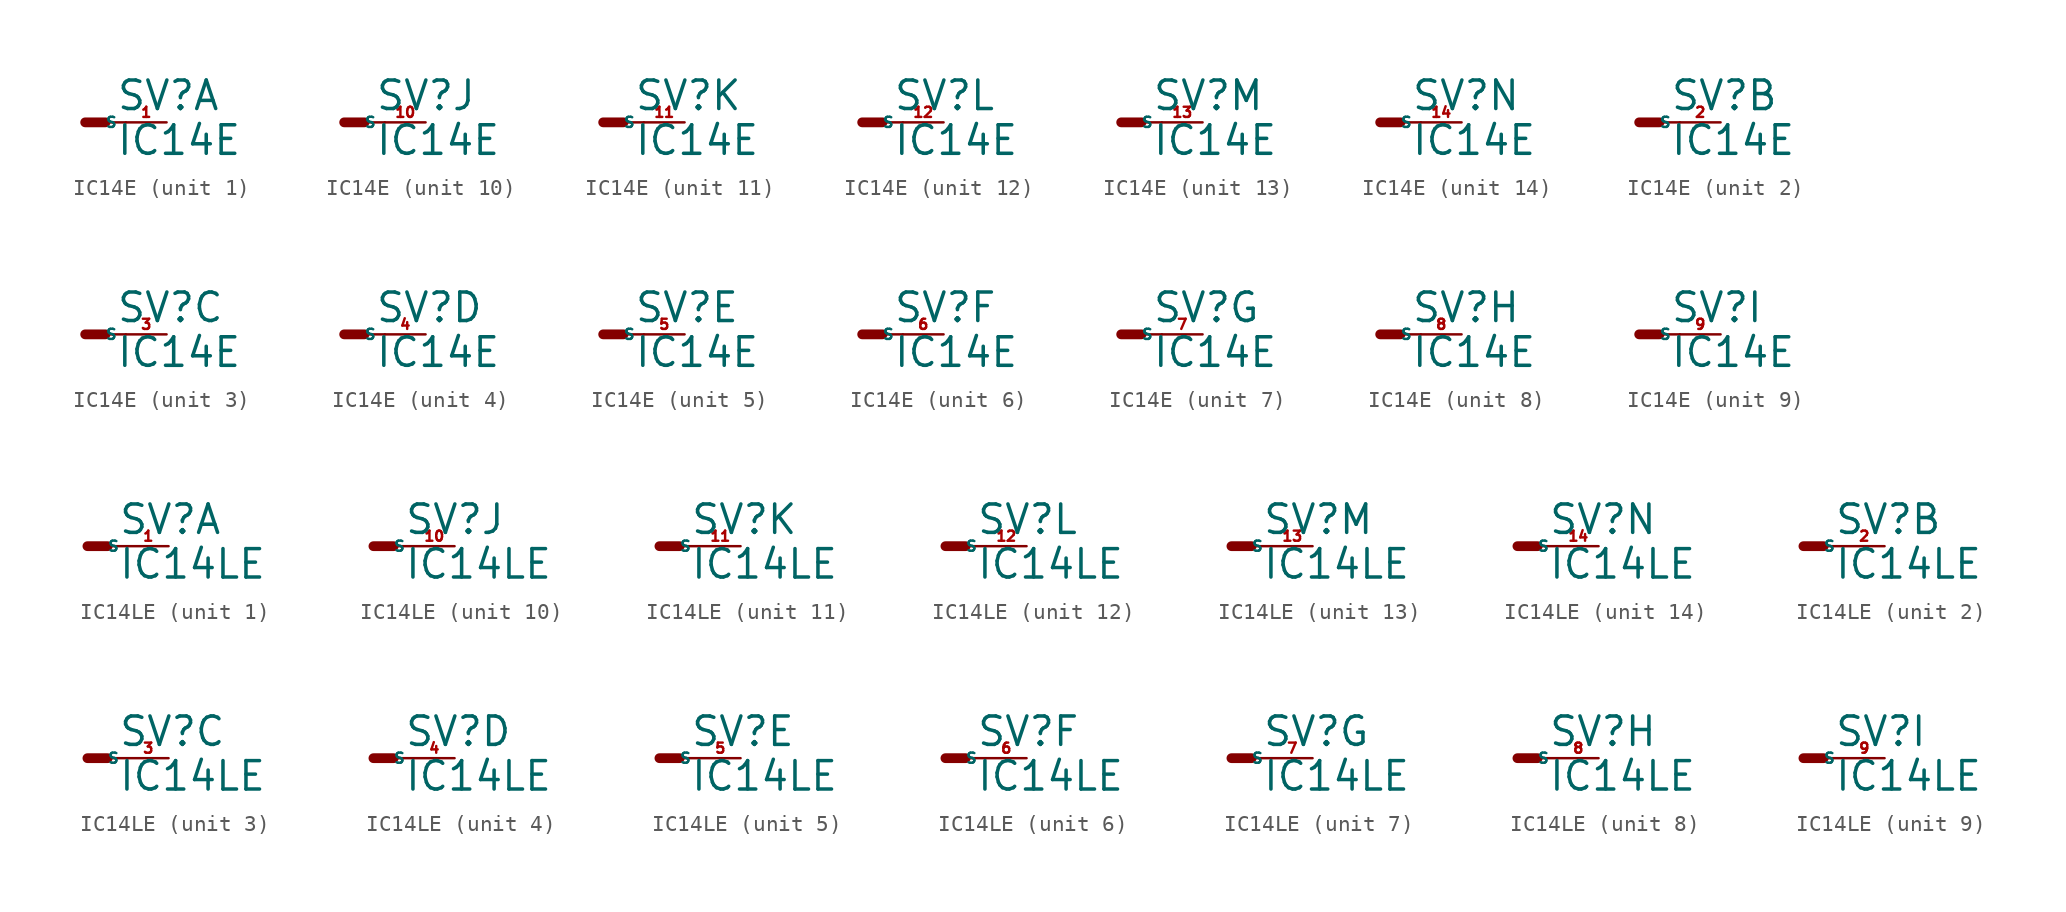
<source format=kicad_sym>
(kicad_symbol_lib
  (version 20220914)
  (generator Eagle2Kicad)
  (symbol "IC14E"
    (property "Reference" "SV"
      (at 1.905 0.635 0)
      (effects (font (size 1.778 1.778) (thickness 0.22)) (justify left bottom)))
    (property "Value" "IC14E"
      (at 1.905 -2.159 0)
      (effects (font (size 1.778 1.778) (thickness 0.22)) (justify left bottom)))
    (symbol "IC14E_1_0"
      (polyline (pts (xy 0 0) (xy 1.27 0)) (stroke (width 0.61) (type default)) (fill (type none)))
      (polyline (pts (xy 2.54 0) (xy 1.27 0)) (stroke (width 0.152) (type default)) (fill (type none)))
      (pin passive line (at 5.08 0 180) (length 2.54) (name "S" (effects (font (size 0.635 0.635) (thickness 0.08)) (justify left bottom))) (number "1" (effects (font (size 0.635 0.635) (thickness 0.08)) (justify left bottom)))))
    (symbol "IC14E_2_0"
      (polyline (pts (xy 0 0) (xy 1.27 0)) (stroke (width 0.61) (type default)) (fill (type none)))
      (polyline (pts (xy 2.54 0) (xy 1.27 0)) (stroke (width 0.152) (type default)) (fill (type none)))
      (pin passive line (at 5.08 0 180) (length 2.54) (name "S" (effects (font (size 0.635 0.635) (thickness 0.08)) (justify left bottom))) (number "2" (effects (font (size 0.635 0.635) (thickness 0.08)) (justify left bottom)))))
    (symbol "IC14E_3_0"
      (polyline (pts (xy 0 0) (xy 1.27 0)) (stroke (width 0.61) (type default)) (fill (type none)))
      (polyline (pts (xy 2.54 0) (xy 1.27 0)) (stroke (width 0.152) (type default)) (fill (type none)))
      (pin passive line (at 5.08 0 180) (length 2.54) (name "S" (effects (font (size 0.635 0.635) (thickness 0.08)) (justify left bottom))) (number "3" (effects (font (size 0.635 0.635) (thickness 0.08)) (justify left bottom)))))
    (symbol "IC14E_4_0"
      (polyline (pts (xy 0 0) (xy 1.27 0)) (stroke (width 0.61) (type default)) (fill (type none)))
      (polyline (pts (xy 2.54 0) (xy 1.27 0)) (stroke (width 0.152) (type default)) (fill (type none)))
      (pin passive line (at 5.08 0 180) (length 2.54) (name "S" (effects (font (size 0.635 0.635) (thickness 0.08)) (justify left bottom))) (number "4" (effects (font (size 0.635 0.635) (thickness 0.08)) (justify left bottom)))))
    (symbol "IC14E_5_0"
      (polyline (pts (xy 0 0) (xy 1.27 0)) (stroke (width 0.61) (type default)) (fill (type none)))
      (polyline (pts (xy 2.54 0) (xy 1.27 0)) (stroke (width 0.152) (type default)) (fill (type none)))
      (pin passive line (at 5.08 0 180) (length 2.54) (name "S" (effects (font (size 0.635 0.635) (thickness 0.08)) (justify left bottom))) (number "5" (effects (font (size 0.635 0.635) (thickness 0.08)) (justify left bottom)))))
    (symbol "IC14E_6_0"
      (polyline (pts (xy 0 0) (xy 1.27 0)) (stroke (width 0.61) (type default)) (fill (type none)))
      (polyline (pts (xy 2.54 0) (xy 1.27 0)) (stroke (width 0.152) (type default)) (fill (type none)))
      (pin passive line (at 5.08 0 180) (length 2.54) (name "S" (effects (font (size 0.635 0.635) (thickness 0.08)) (justify left bottom))) (number "6" (effects (font (size 0.635 0.635) (thickness 0.08)) (justify left bottom)))))
    (symbol "IC14E_7_0"
      (polyline (pts (xy 0 0) (xy 1.27 0)) (stroke (width 0.61) (type default)) (fill (type none)))
      (polyline (pts (xy 2.54 0) (xy 1.27 0)) (stroke (width 0.152) (type default)) (fill (type none)))
      (pin passive line (at 5.08 0 180) (length 2.54) (name "S" (effects (font (size 0.635 0.635) (thickness 0.08)) (justify left bottom))) (number "7" (effects (font (size 0.635 0.635) (thickness 0.08)) (justify left bottom)))))
    (symbol "IC14E_8_0"
      (polyline (pts (xy 0 0) (xy 1.27 0)) (stroke (width 0.61) (type default)) (fill (type none)))
      (polyline (pts (xy 2.54 0) (xy 1.27 0)) (stroke (width 0.152) (type default)) (fill (type none)))
      (pin passive line (at 5.08 0 180) (length 2.54) (name "S" (effects (font (size 0.635 0.635) (thickness 0.08)) (justify left bottom))) (number "8" (effects (font (size 0.635 0.635) (thickness 0.08)) (justify left bottom)))))
    (symbol "IC14E_9_0"
      (polyline (pts (xy 0 0) (xy 1.27 0)) (stroke (width 0.61) (type default)) (fill (type none)))
      (polyline (pts (xy 2.54 0) (xy 1.27 0)) (stroke (width 0.152) (type default)) (fill (type none)))
      (pin passive line (at 5.08 0 180) (length 2.54) (name "S" (effects (font (size 0.635 0.635) (thickness 0.08)) (justify left bottom))) (number "9" (effects (font (size 0.635 0.635) (thickness 0.08)) (justify left bottom)))))
    (symbol "IC14E_10_0"
      (polyline (pts (xy 0 0) (xy 1.27 0)) (stroke (width 0.61) (type default)) (fill (type none)))
      (polyline (pts (xy 2.54 0) (xy 1.27 0)) (stroke (width 0.152) (type default)) (fill (type none)))
      (pin passive line (at 5.08 0 180) (length 2.54) (name "S" (effects (font (size 0.635 0.635) (thickness 0.08)) (justify left bottom))) (number "10" (effects (font (size 0.635 0.635) (thickness 0.08)) (justify left bottom)))))
    (symbol "IC14E_11_0"
      (polyline (pts (xy 0 0) (xy 1.27 0)) (stroke (width 0.61) (type default)) (fill (type none)))
      (polyline (pts (xy 2.54 0) (xy 1.27 0)) (stroke (width 0.152) (type default)) (fill (type none)))
      (pin passive line (at 5.08 0 180) (length 2.54) (name "S" (effects (font (size 0.635 0.635) (thickness 0.08)) (justify left bottom))) (number "11" (effects (font (size 0.635 0.635) (thickness 0.08)) (justify left bottom)))))
    (symbol "IC14E_12_0"
      (polyline (pts (xy 0 0) (xy 1.27 0)) (stroke (width 0.61) (type default)) (fill (type none)))
      (polyline (pts (xy 2.54 0) (xy 1.27 0)) (stroke (width 0.152) (type default)) (fill (type none)))
      (pin passive line (at 5.08 0 180) (length 2.54) (name "S" (effects (font (size 0.635 0.635) (thickness 0.08)) (justify left bottom))) (number "12" (effects (font (size 0.635 0.635) (thickness 0.08)) (justify left bottom)))))
    (symbol "IC14E_13_0"
      (polyline (pts (xy 0 0) (xy 1.27 0)) (stroke (width 0.61) (type default)) (fill (type none)))
      (polyline (pts (xy 2.54 0) (xy 1.27 0)) (stroke (width 0.152) (type default)) (fill (type none)))
      (pin passive line (at 5.08 0 180) (length 2.54) (name "S" (effects (font (size 0.635 0.635) (thickness 0.08)) (justify left bottom))) (number "13" (effects (font (size 0.635 0.635) (thickness 0.08)) (justify left bottom)))))
    (symbol "IC14E_14_0"
      (polyline (pts (xy 0 0) (xy 1.27 0)) (stroke (width 0.61) (type default)) (fill (type none)))
      (polyline (pts (xy 2.54 0) (xy 1.27 0)) (stroke (width 0.152) (type default)) (fill (type none)))
      (pin passive line (at 5.08 0 180) (length 2.54) (name "S" (effects (font (size 0.635 0.635) (thickness 0.08)) (justify left bottom))) (number "14" (effects (font (size 0.635 0.635) (thickness 0.08)) (justify left bottom))))))
  (symbol "IC14LE"
    (property "Reference" "SV"
      (at 1.905 0.635 0)
      (effects (font (size 1.778 1.778) (thickness 0.22)) (justify left bottom)))
    (property "Value" "IC14LE"
      (at 1.905 -2.159 0)
      (effects (font (size 1.778 1.778) (thickness 0.22)) (justify left bottom)))
    (symbol "IC14LE_1_0"
      (polyline (pts (xy 0 0) (xy 1.27 0)) (stroke (width 0.61) (type default)) (fill (type none)))
      (polyline (pts (xy 2.54 0) (xy 1.27 0)) (stroke (width 0.152) (type default)) (fill (type none)))
      (pin passive line (at 5.08 0 180) (length 2.54) (name "S" (effects (font (size 0.635 0.635) (thickness 0.08)) (justify left bottom))) (number "1" (effects (font (size 0.635 0.635) (thickness 0.08)) (justify left bottom)))))
    (symbol "IC14LE_2_0"
      (polyline (pts (xy 0 0) (xy 1.27 0)) (stroke (width 0.61) (type default)) (fill (type none)))
      (polyline (pts (xy 2.54 0) (xy 1.27 0)) (stroke (width 0.152) (type default)) (fill (type none)))
      (pin passive line (at 5.08 0 180) (length 2.54) (name "S" (effects (font (size 0.635 0.635) (thickness 0.08)) (justify left bottom))) (number "2" (effects (font (size 0.635 0.635) (thickness 0.08)) (justify left bottom)))))
    (symbol "IC14LE_3_0"
      (polyline (pts (xy 0 0) (xy 1.27 0)) (stroke (width 0.61) (type default)) (fill (type none)))
      (polyline (pts (xy 2.54 0) (xy 1.27 0)) (stroke (width 0.152) (type default)) (fill (type none)))
      (pin passive line (at 5.08 0 180) (length 2.54) (name "S" (effects (font (size 0.635 0.635) (thickness 0.08)) (justify left bottom))) (number "3" (effects (font (size 0.635 0.635) (thickness 0.08)) (justify left bottom)))))
    (symbol "IC14LE_4_0"
      (polyline (pts (xy 0 0) (xy 1.27 0)) (stroke (width 0.61) (type default)) (fill (type none)))
      (polyline (pts (xy 2.54 0) (xy 1.27 0)) (stroke (width 0.152) (type default)) (fill (type none)))
      (pin passive line (at 5.08 0 180) (length 2.54) (name "S" (effects (font (size 0.635 0.635) (thickness 0.08)) (justify left bottom))) (number "4" (effects (font (size 0.635 0.635) (thickness 0.08)) (justify left bottom)))))
    (symbol "IC14LE_5_0"
      (polyline (pts (xy 0 0) (xy 1.27 0)) (stroke (width 0.61) (type default)) (fill (type none)))
      (polyline (pts (xy 2.54 0) (xy 1.27 0)) (stroke (width 0.152) (type default)) (fill (type none)))
      (pin passive line (at 5.08 0 180) (length 2.54) (name "S" (effects (font (size 0.635 0.635) (thickness 0.08)) (justify left bottom))) (number "5" (effects (font (size 0.635 0.635) (thickness 0.08)) (justify left bottom)))))
    (symbol "IC14LE_6_0"
      (polyline (pts (xy 0 0) (xy 1.27 0)) (stroke (width 0.61) (type default)) (fill (type none)))
      (polyline (pts (xy 2.54 0) (xy 1.27 0)) (stroke (width 0.152) (type default)) (fill (type none)))
      (pin passive line (at 5.08 0 180) (length 2.54) (name "S" (effects (font (size 0.635 0.635) (thickness 0.08)) (justify left bottom))) (number "6" (effects (font (size 0.635 0.635) (thickness 0.08)) (justify left bottom)))))
    (symbol "IC14LE_7_0"
      (polyline (pts (xy 0 0) (xy 1.27 0)) (stroke (width 0.61) (type default)) (fill (type none)))
      (polyline (pts (xy 2.54 0) (xy 1.27 0)) (stroke (width 0.152) (type default)) (fill (type none)))
      (pin passive line (at 5.08 0 180) (length 2.54) (name "S" (effects (font (size 0.635 0.635) (thickness 0.08)) (justify left bottom))) (number "7" (effects (font (size 0.635 0.635) (thickness 0.08)) (justify left bottom)))))
    (symbol "IC14LE_8_0"
      (polyline (pts (xy 0 0) (xy 1.27 0)) (stroke (width 0.61) (type default)) (fill (type none)))
      (polyline (pts (xy 2.54 0) (xy 1.27 0)) (stroke (width 0.152) (type default)) (fill (type none)))
      (pin passive line (at 5.08 0 180) (length 2.54) (name "S" (effects (font (size 0.635 0.635) (thickness 0.08)) (justify left bottom))) (number "8" (effects (font (size 0.635 0.635) (thickness 0.08)) (justify left bottom)))))
    (symbol "IC14LE_9_0"
      (polyline (pts (xy 0 0) (xy 1.27 0)) (stroke (width 0.61) (type default)) (fill (type none)))
      (polyline (pts (xy 2.54 0) (xy 1.27 0)) (stroke (width 0.152) (type default)) (fill (type none)))
      (pin passive line (at 5.08 0 180) (length 2.54) (name "S" (effects (font (size 0.635 0.635) (thickness 0.08)) (justify left bottom))) (number "9" (effects (font (size 0.635 0.635) (thickness 0.08)) (justify left bottom)))))
    (symbol "IC14LE_10_0"
      (polyline (pts (xy 0 0) (xy 1.27 0)) (stroke (width 0.61) (type default)) (fill (type none)))
      (polyline (pts (xy 2.54 0) (xy 1.27 0)) (stroke (width 0.152) (type default)) (fill (type none)))
      (pin passive line (at 5.08 0 180) (length 2.54) (name "S" (effects (font (size 0.635 0.635) (thickness 0.08)) (justify left bottom))) (number "10" (effects (font (size 0.635 0.635) (thickness 0.08)) (justify left bottom)))))
    (symbol "IC14LE_11_0"
      (polyline (pts (xy 0 0) (xy 1.27 0)) (stroke (width 0.61) (type default)) (fill (type none)))
      (polyline (pts (xy 2.54 0) (xy 1.27 0)) (stroke (width 0.152) (type default)) (fill (type none)))
      (pin passive line (at 5.08 0 180) (length 2.54) (name "S" (effects (font (size 0.635 0.635) (thickness 0.08)) (justify left bottom))) (number "11" (effects (font (size 0.635 0.635) (thickness 0.08)) (justify left bottom)))))
    (symbol "IC14LE_12_0"
      (polyline (pts (xy 0 0) (xy 1.27 0)) (stroke (width 0.61) (type default)) (fill (type none)))
      (polyline (pts (xy 2.54 0) (xy 1.27 0)) (stroke (width 0.152) (type default)) (fill (type none)))
      (pin passive line (at 5.08 0 180) (length 2.54) (name "S" (effects (font (size 0.635 0.635) (thickness 0.08)) (justify left bottom))) (number "12" (effects (font (size 0.635 0.635) (thickness 0.08)) (justify left bottom)))))
    (symbol "IC14LE_13_0"
      (polyline (pts (xy 0 0) (xy 1.27 0)) (stroke (width 0.61) (type default)) (fill (type none)))
      (polyline (pts (xy 2.54 0) (xy 1.27 0)) (stroke (width 0.152) (type default)) (fill (type none)))
      (pin passive line (at 5.08 0 180) (length 2.54) (name "S" (effects (font (size 0.635 0.635) (thickness 0.08)) (justify left bottom))) (number "13" (effects (font (size 0.635 0.635) (thickness 0.08)) (justify left bottom)))))
    (symbol "IC14LE_14_0"
      (polyline (pts (xy 0 0) (xy 1.27 0)) (stroke (width 0.61) (type default)) (fill (type none)))
      (polyline (pts (xy 2.54 0) (xy 1.27 0)) (stroke (width 0.152) (type default)) (fill (type none)))
      (pin passive line (at 5.08 0 180) (length 2.54) (name "S" (effects (font (size 0.635 0.635) (thickness 0.08)) (justify left bottom))) (number "14" (effects (font (size 0.635 0.635) (thickness 0.08)) (justify left bottom)))))))
</source>
